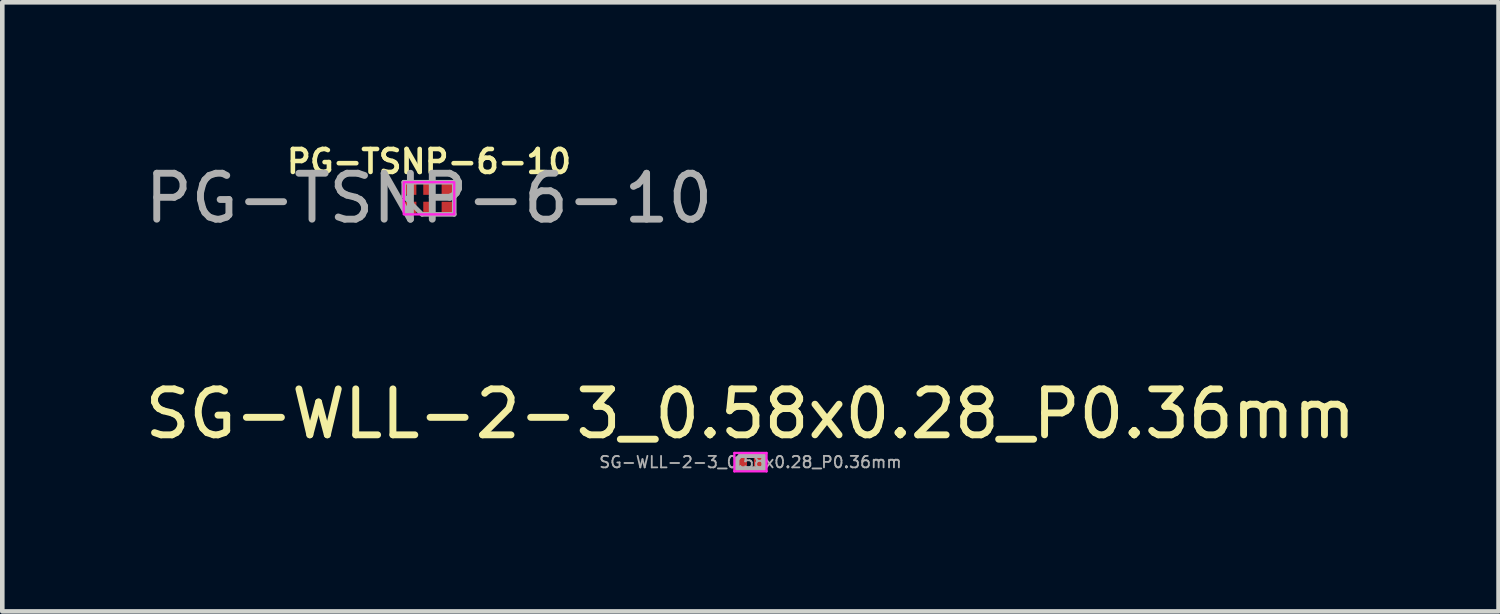
<source format=kicad_pcb>
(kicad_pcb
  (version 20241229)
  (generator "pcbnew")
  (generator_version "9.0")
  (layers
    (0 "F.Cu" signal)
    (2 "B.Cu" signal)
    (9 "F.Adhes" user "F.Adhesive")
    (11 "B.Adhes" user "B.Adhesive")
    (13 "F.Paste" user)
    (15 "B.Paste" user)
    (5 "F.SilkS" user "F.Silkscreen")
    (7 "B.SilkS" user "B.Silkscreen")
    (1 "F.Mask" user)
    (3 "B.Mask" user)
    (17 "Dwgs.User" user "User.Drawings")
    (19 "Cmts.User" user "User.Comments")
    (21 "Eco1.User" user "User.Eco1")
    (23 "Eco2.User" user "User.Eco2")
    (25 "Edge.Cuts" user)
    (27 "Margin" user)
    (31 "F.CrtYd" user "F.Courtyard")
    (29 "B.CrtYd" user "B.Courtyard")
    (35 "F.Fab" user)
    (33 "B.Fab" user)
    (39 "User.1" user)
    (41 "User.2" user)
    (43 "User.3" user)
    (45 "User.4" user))
  (footprint "PG-TSNP-6-10"
    (layer "F.Cu")
    (at 6.292 1.268)
    (property "Reference" "PG-TSNP-6-10" (at 0 -0.8 0) (unlocked yes) (layer "F.SilkS") (effects (font (size 0.5 0.5) (thickness 0.1))))
    (attr smd)
    (fp_rect (start -0.55 -0.35) (end 0.55 0.35) (stroke (width 0.05) (type default)) (fill no) (layer "F.CrtYd"))
    (fp_line (start -0.55 -0.35) (end 0.55 -0.35) (stroke (width 0.1) (type default)) (layer "F.Fab"))
    (fp_line (start -0.55 -0.05) (end -0.55 -0.35) (stroke (width 0.1) (type default)) (layer "F.Fab"))
    (fp_line (start -0.15 0.35) (end -0.55 -0.05) (stroke (width 0.1) (type default)) (layer "F.Fab"))
    (fp_line (start 0.55 -0.35) (end 0.55 0.35) (stroke (width 0.1) (type default)) (layer "F.Fab"))
    (fp_line (start 0.55 0.35) (end -0.15 0.35) (stroke (width 0.1) (type default)) (layer "F.Fab"))
    (fp_text user "${REFERENCE}" (at 0 0 0) (unlocked yes) (layer "F.Fab") (effects (font (size 1 1) (thickness 0.15))))
    (pad "1" smd rect (at -0.4 0.2) (size 0.25 0.25) (layers "F.Cu" "F.Mask" "F.Paste"))
    (pad "2" smd rect (at 0 0.2) (size 0.25 0.25) (layers "F.Cu" "F.Mask" "F.Paste"))
    (pad "3" smd rect (at 0.4 0.2) (size 0.25 0.25) (layers "F.Cu" "F.Mask" "F.Paste"))
    (pad "4" smd rect (at 0.4 -0.2) (size 0.25 0.25) (layers "F.Cu" "F.Mask" "F.Paste"))
    (pad "5" smd rect (at 0 -0.2) (size 0.25 0.25) (layers "F.Cu" "F.Mask" "F.Paste"))
    (pad "6" smd rect (at -0.4 -0.2) (size 0.25 0.25) (layers "F.Cu" "F.Mask" "F.Paste")))
  (footprint "SG-WLL-2-3_0.58x0.28_P0.36mm"
    (layer "F.Cu")
    (at 13.292 7.014)
    (property "Reference" "SG-WLL-2-3_0.58x0.28_P0.36mm" (at 0 -1.05 0) (layer "F.SilkS") (effects (font (size 1 1) (thickness 0.15))))
    (attr smd)
    (fp_line (start -0.35 -0.2) (end -0.35 0.2) (stroke (width 0.05) (type solid)) (layer "F.CrtYd"))
    (fp_line (start -0.35 0.2) (end 0.35 0.2) (stroke (width 0.05) (type solid)) (layer "F.CrtYd"))
    (fp_line (start 0.35 -0.2) (end -0.35 -0.2) (stroke (width 0.05) (type solid)) (layer "F.CrtYd"))
    (fp_line (start 0.35 0.2) (end 0.35 -0.2) (stroke (width 0.05) (type solid)) (layer "F.CrtYd"))
    (fp_line (start -0.29 -0.07) (end -0.22 -0.14) (stroke (width 0.1) (type solid)) (layer "F.Fab"))
    (fp_line (start -0.29 0.14) (end -0.29 -0.07) (stroke (width 0.1) (type solid)) (layer "F.Fab"))
    (fp_line (start -0.22 -0.14) (end 0.29 -0.14) (stroke (width 0.1) (type solid)) (layer "F.Fab"))
    (fp_line (start 0.29 -0.14) (end 0.29 0.14) (stroke (width 0.1) (type solid)) (layer "F.Fab"))
    (fp_line (start 0.29 0.14) (end -0.29 0.14) (stroke (width 0.1) (type solid)) (layer "F.Fab"))
    (fp_text user "${REFERENCE}" (at 0 0 0) (layer "F.Fab") (effects (font (size 0.25 0.25) (thickness 0.04))))
    (pad "1" smd roundrect (at -0.185 0) (size 0.22 0.3) (layers "F.Cu" "F.Mask") (roundrect_rratio 0.25))
    (pad "2" smd roundrect (at 0.185 0) (size 0.22 0.3) (layers "F.Cu" "F.Mask") (roundrect_rratio 0.25)))
  (gr_rect
    (start -3 -3)
    (end 29.583 10.264)
    (stroke (width 0.1) (type default))
    (fill no)
    (layer "Edge.Cuts")))
</source>
